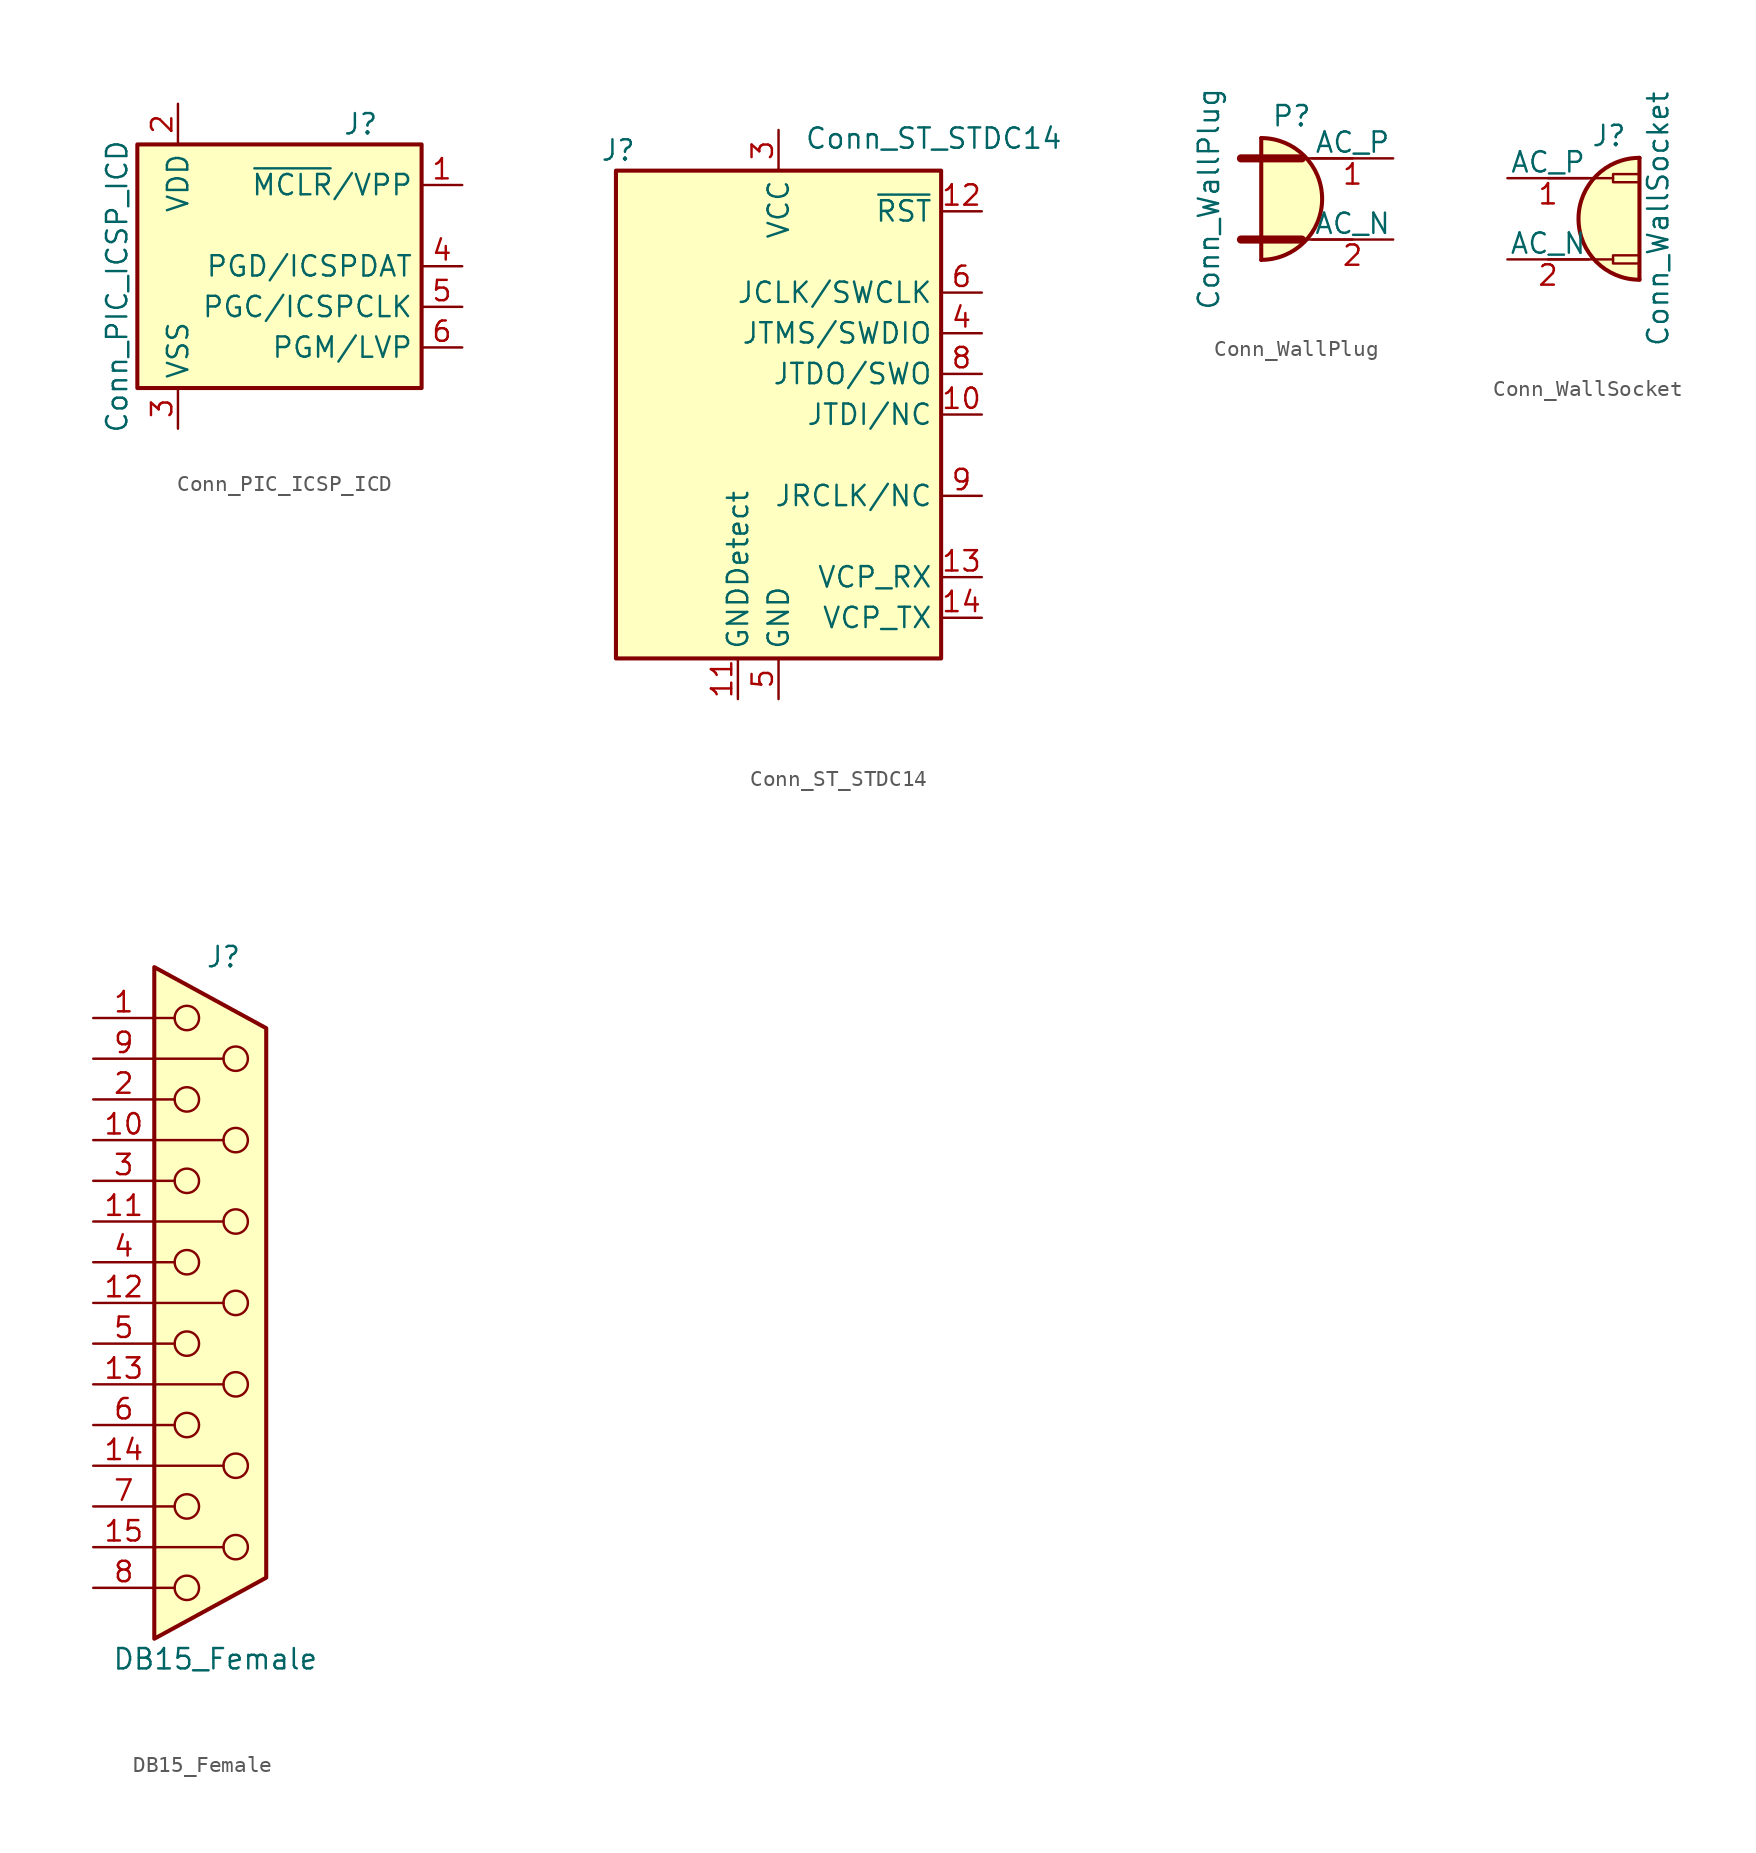
<source format=kicad_sym>
(kicad_symbol_lib
  (version 20201005)
  (generator kicad_symbol_editor)
  (symbol "Connector:Conn_PIC_ICSP_ICD"
    (property "Reference" "J"
      (at 6.35 8.89 0)
      (effects (font (size 1.27 1.27))))
    (property "Value" "Conn_PIC_ICSP_ICD"
      (at -8.89 -1.27 90)
      (effects (font (size 1.27 1.27))))
    (symbol "Conn_PIC_ICSP_ICD_0_1"
      (rectangle (start -7.62 7.62) (end 10.16 -7.62) (stroke (width 0.254)) (fill (type background))))
    (symbol "Conn_PIC_ICSP_ICD_1_1"
      (pin passive line (at 12.7 5.08 180) (length 2.54) (name "~MCLR~/VPP" (effects (font (size 1.27 1.27)))) (number "1" (effects (font (size 1.27 1.27)))))
      (pin passive line (at -5.08 10.16 270) (length 2.54) (name "VDD" (effects (font (size 1.27 1.27)))) (number "2" (effects (font (size 1.27 1.27)))))
      (pin power_in line (at -5.08 -10.16 90) (length 2.54) (name "VSS" (effects (font (size 1.27 1.27)))) (number "3" (effects (font (size 1.27 1.27)))))
      (pin bidirectional line (at 12.7 0 180) (length 2.54) (name "PGD/ICSPDAT" (effects (font (size 1.27 1.27)))) (number "4" (effects (font (size 1.27 1.27)))))
      (pin output line (at 12.7 -2.54 180) (length 2.54) (name "PGC/ICSPCLK" (effects (font (size 1.27 1.27)))) (number "5" (effects (font (size 1.27 1.27)))))
      (pin output line (at 12.7 -5.08 180) (length 2.54) (name "PGM/LVP" (effects (font (size 1.27 1.27)))) (number "6" (effects (font (size 1.27 1.27)))))))
  (symbol "Connector:Conn_ST_STDC14"
    (property "Reference" "J"
      (at -8.89 16.51 0)
      (effects (font (size 1.27 1.27)) (justify right)))
    (property "Value" "Conn_ST_STDC14"
      (at 17.78 16.51 0)
      (effects (font (size 1.27 1.27)) (justify right bottom)))
    (symbol "Conn_ST_STDC14_0_1"
      (rectangle (start -10.16 15.24) (end 10.16 -15.24) (stroke (width 0.254)) (fill (type background))))
    (symbol "Conn_ST_STDC14_1_1"
      (pin no_connect line (at -10.16 5.08 0) (length 2.54) hide (name "NC" (effects (font (size 1.27 1.27)))) (number "1" (effects (font (size 1.27 1.27)))))
      (pin output line (at 12.7 0 180) (length 2.54) (name "JTDI/NC" (effects (font (size 1.27 1.27)))) (number "10" (effects (font (size 1.27 1.27)))))
      (pin passive line (at -2.54 -17.78 90) (length 2.54) (name "GNDDetect" (effects (font (size 1.27 1.27)))) (number "11" (effects (font (size 1.27 1.27)))))
      (pin open_collector line (at 12.7 12.7 180) (length 2.54) (name "~RST" (effects (font (size 1.27 1.27)))) (number "12" (effects (font (size 1.27 1.27)))))
      (pin output line (at 12.7 -10.16 180) (length 2.54) (name "VCP_RX" (effects (font (size 1.27 1.27)))) (number "13" (effects (font (size 1.27 1.27)))))
      (pin input line (at 12.7 -12.7 180) (length 2.54) (name "VCP_TX" (effects (font (size 1.27 1.27)))) (number "14" (effects (font (size 1.27 1.27)))))
      (pin no_connect line (at -10.16 2.54 0) (length 2.54) hide (name "NC" (effects (font (size 1.27 1.27)))) (number "2" (effects (font (size 1.27 1.27)))))
      (pin power_in line (at 0 17.78 270) (length 2.54) (name "VCC" (effects (font (size 1.27 1.27)))) (number "3" (effects (font (size 1.27 1.27)))))
      (pin bidirectional line (at 12.7 5.08 180) (length 2.54) (name "JTMS/SWDIO" (effects (font (size 1.27 1.27)))) (number "4" (effects (font (size 1.27 1.27)))))
      (pin power_in line (at 0 -17.78 90) (length 2.54) (name "GND" (effects (font (size 1.27 1.27)))) (number "5" (effects (font (size 1.27 1.27)))))
      (pin output line (at 12.7 7.62 180) (length 2.54) (name "JCLK/SWCLK" (effects (font (size 1.27 1.27)))) (number "6" (effects (font (size 1.27 1.27)))))
      (pin passive line (at 0 -17.78 90) (length 2.54) hide (name "GND" (effects (font (size 1.27 1.27)))) (number "7" (effects (font (size 1.27 1.27)))))
      (pin input line (at 12.7 2.54 180) (length 2.54) (name "JTDO/SWO" (effects (font (size 1.27 1.27)))) (number "8" (effects (font (size 1.27 1.27)))))
      (pin input line (at 12.7 -5.08 180) (length 2.54) (name "JRCLK/NC" (effects (font (size 1.27 1.27)))) (number "9" (effects (font (size 1.27 1.27)))))))
  (symbol "Connector:Conn_WallPlug"
    (pin_names
      (offset 0))
    (property "Reference" "P"
      (at -1.27 4.445 0)
      (effects (font (size 1.27 1.27)) (justify bottom)))
    (property "Value" "Conn_WallPlug"
      (at -5.715 0 90)
      (effects (font (size 1.27 1.27)) (justify bottom)))
    (symbol "Conn_WallPlug_0_1"
      (arc (start -3.175 -3.81) (end -3.175 3.81) (radius (at -3.175 0) (length 3.81) (angles -89.9 89.9)) (stroke (width 0.254)) (fill (type background)))
      (polyline (pts (xy -4.445 -2.54) (xy -0.635 -2.54)) (stroke (width 0.508)) (fill (type none)))
      (polyline (pts (xy -4.445 2.54) (xy -0.635 2.54)) (stroke (width 0.508)) (fill (type none)))
      (polyline (pts (xy -3.175 -3.81) (xy -3.175 3.81)) (stroke (width 0.254)) (fill (type none)))
      (polyline (pts (xy -0.635 -2.54) (xy 2.54 -2.54)) (stroke (width 0)) (fill (type none)))
      (polyline (pts (xy -0.635 2.54) (xy 2.54 2.54)) (stroke (width 0)) (fill (type none))))
    (symbol "Conn_WallPlug_1_1"
      (pin power_out line (at 5.08 2.54 180) (length 5.08) (name "AC_P" (effects (font (size 1.27 1.27)))) (number "1" (effects (font (size 1.27 1.27)))))
      (pin power_out line (at 5.08 -2.54 180) (length 5.08) (name "AC_N" (effects (font (size 1.27 1.27)))) (number "2" (effects (font (size 1.27 1.27)))))))
  (symbol "Connector:Conn_WallSocket"
    (pin_names
      (offset 0))
    (property "Reference" "J"
      (at 1.27 4.445 0)
      (effects (font (size 1.27 1.27)) (justify bottom)))
    (property "Value" "Conn_WallSocket"
      (at 5.08 0 90)
      (effects (font (size 1.27 1.27)) (justify bottom)))
    (symbol "Conn_WallSocket_0_1"
      (arc (start 3.175 3.81) (end 3.175 -3.81) (radius (at 3.175 0) (length 3.81) (angles 90.1 -90.1)) (stroke (width 0.254)) (fill (type background)))
      (rectangle (start 3.175 -2.794) (end 1.524 -2.286) (stroke (width 0)) (fill (type none)))
      (rectangle (start 3.175 2.286) (end 1.524 2.794) (stroke (width 0)) (fill (type none)))
      (polyline (pts (xy 1.524 -2.54) (xy -2.54 -2.54)) (stroke (width 0)) (fill (type none)))
      (polyline (pts (xy 1.524 2.54) (xy -2.54 2.54)) (stroke (width 0)) (fill (type none)))
      (polyline (pts (xy 3.175 -3.81) (xy 3.175 3.81)) (stroke (width 0.254)) (fill (type none))))
    (symbol "Conn_WallSocket_1_1"
      (pin power_in line (at -5.08 2.54 0) (length 5.08) (name "AC_P" (effects (font (size 1.27 1.27)))) (number "1" (effects (font (size 1.27 1.27)))))
      (pin power_in line (at -5.08 -2.54 0) (length 5.08) (name "AC_N" (effects (font (size 1.27 1.27)))) (number "2" (effects (font (size 1.27 1.27)))))))
  (symbol "Connector:DB15_Female"
    (pin_names
      (offset 1.016) hide)
    (property "Reference" "J"
      (at 0.508 21.59 0)
      (effects (font (size 1.27 1.27))))
    (property "Value" "DB15_Female"
      (at 0 -22.225 0)
      (effects (font (size 1.27 1.27))))
    (symbol "DB15_Female_0_1"
      (circle (center -1.778 -17.78) (radius 0.762) (stroke (width 0)) (fill (type none)))
      (circle (center -1.778 -12.7) (radius 0.762) (stroke (width 0)) (fill (type none)))
      (circle (center -1.778 -7.62) (radius 0.762) (stroke (width 0)) (fill (type none)))
      (circle (center -1.778 -2.54) (radius 0.762) (stroke (width 0)) (fill (type none)))
      (circle (center -1.778 2.54) (radius 0.762) (stroke (width 0)) (fill (type none)))
      (circle (center -1.778 7.62) (radius 0.762) (stroke (width 0)) (fill (type none)))
      (circle (center -1.778 12.7) (radius 0.762) (stroke (width 0)) (fill (type none)))
      (circle (center -1.778 17.78) (radius 0.762) (stroke (width 0)) (fill (type none)))
      (circle (center 1.27 -15.24) (radius 0.762) (stroke (width 0)) (fill (type none)))
      (circle (center 1.27 -10.16) (radius 0.762) (stroke (width 0)) (fill (type none)))
      (circle (center 1.27 -5.08) (radius 0.762) (stroke (width 0)) (fill (type none)))
      (circle (center 1.27 0) (radius 0.762) (stroke (width 0)) (fill (type none)))
      (circle (center 1.27 5.08) (radius 0.762) (stroke (width 0)) (fill (type none)))
      (circle (center 1.27 10.16) (radius 0.762) (stroke (width 0)) (fill (type none)))
      (circle (center 1.27 15.24) (radius 0.762) (stroke (width 0)) (fill (type none)))
      (polyline (pts (xy -3.81 -17.78) (xy -2.54 -17.78)) (stroke (width 0)) (fill (type none)))
      (polyline (pts (xy -3.81 -15.24) (xy 0.508 -15.24)) (stroke (width 0)) (fill (type none)))
      (polyline (pts (xy -3.81 -12.7) (xy -2.54 -12.7)) (stroke (width 0)) (fill (type none)))
      (polyline (pts (xy -3.81 -10.16) (xy 0.508 -10.16)) (stroke (width 0)) (fill (type none)))
      (polyline (pts (xy -3.81 -7.62) (xy -2.54 -7.62)) (stroke (width 0)) (fill (type none)))
      (polyline (pts (xy -3.81 -5.08) (xy 0.508 -5.08)) (stroke (width 0)) (fill (type none)))
      (polyline (pts (xy -3.81 -2.54) (xy -2.54 -2.54)) (stroke (width 0)) (fill (type none)))
      (polyline (pts (xy -3.81 0) (xy 0.508 0)) (stroke (width 0)) (fill (type none)))
      (polyline (pts (xy -3.81 2.54) (xy -2.54 2.54)) (stroke (width 0)) (fill (type none)))
      (polyline (pts (xy -3.81 5.08) (xy 0.508 5.08)) (stroke (width 0)) (fill (type none)))
      (polyline (pts (xy -3.81 7.62) (xy -2.54 7.62)) (stroke (width 0)) (fill (type none)))
      (polyline (pts (xy -3.81 10.16) (xy 0.508 10.16)) (stroke (width 0)) (fill (type none)))
      (polyline (pts (xy -3.81 12.7) (xy -2.54 12.7)) (stroke (width 0)) (fill (type none)))
      (polyline (pts (xy -3.81 15.24) (xy 0.508 15.24)) (stroke (width 0)) (fill (type none)))
      (polyline (pts (xy -3.81 17.78) (xy -2.54 17.78)) (stroke (width 0)) (fill (type none)))
      (polyline (pts (xy -3.81 20.955) (xy 3.175 17.145) (xy 3.175 -17.145) (xy -3.81 -20.955) (xy -3.81 20.955)) (stroke (width 0.254)) (fill (type background))))
    (symbol "DB15_Female_1_1"
      (pin passive line (at -7.62 17.78 0) (length 3.81) (name "1" (effects (font (size 1.27 1.27)))) (number "1" (effects (font (size 1.27 1.27)))))
      (pin passive line (at -7.62 10.16 0) (length 3.81) (name "P10" (effects (font (size 1.27 1.27)))) (number "10" (effects (font (size 1.27 1.27)))))
      (pin passive line (at -7.62 5.08 0) (length 3.81) (name "P111" (effects (font (size 1.27 1.27)))) (number "11" (effects (font (size 1.27 1.27)))))
      (pin passive line (at -7.62 0 0) (length 3.81) (name "P12" (effects (font (size 1.27 1.27)))) (number "12" (effects (font (size 1.27 1.27)))))
      (pin passive line (at -7.62 -5.08 0) (length 3.81) (name "P13" (effects (font (size 1.27 1.27)))) (number "13" (effects (font (size 1.27 1.27)))))
      (pin passive line (at -7.62 -10.16 0) (length 3.81) (name "P14" (effects (font (size 1.27 1.27)))) (number "14" (effects (font (size 1.27 1.27)))))
      (pin passive line (at -7.62 -15.24 0) (length 3.81) (name "P15" (effects (font (size 1.27 1.27)))) (number "15" (effects (font (size 1.27 1.27)))))
      (pin passive line (at -7.62 12.7 0) (length 3.81) (name "2" (effects (font (size 1.27 1.27)))) (number "2" (effects (font (size 1.27 1.27)))))
      (pin passive line (at -7.62 7.62 0) (length 3.81) (name "3" (effects (font (size 1.27 1.27)))) (number "3" (effects (font (size 1.27 1.27)))))
      (pin passive line (at -7.62 2.54 0) (length 3.81) (name "4" (effects (font (size 1.27 1.27)))) (number "4" (effects (font (size 1.27 1.27)))))
      (pin passive line (at -7.62 -2.54 0) (length 3.81) (name "5" (effects (font (size 1.27 1.27)))) (number "5" (effects (font (size 1.27 1.27)))))
      (pin passive line (at -7.62 -7.62 0) (length 3.81) (name "6" (effects (font (size 1.27 1.27)))) (number "6" (effects (font (size 1.27 1.27)))))
      (pin passive line (at -7.62 -12.7 0) (length 3.81) (name "7" (effects (font (size 1.27 1.27)))) (number "7" (effects (font (size 1.27 1.27)))))
      (pin passive line (at -7.62 -17.78 0) (length 3.81) (name "8" (effects (font (size 1.27 1.27)))) (number "8" (effects (font (size 1.27 1.27)))))
      (pin passive line (at -7.62 15.24 0) (length 3.81) (name "P9" (effects (font (size 1.27 1.27)))) (number "9" (effects (font (size 1.27 1.27))))))))
</source>
